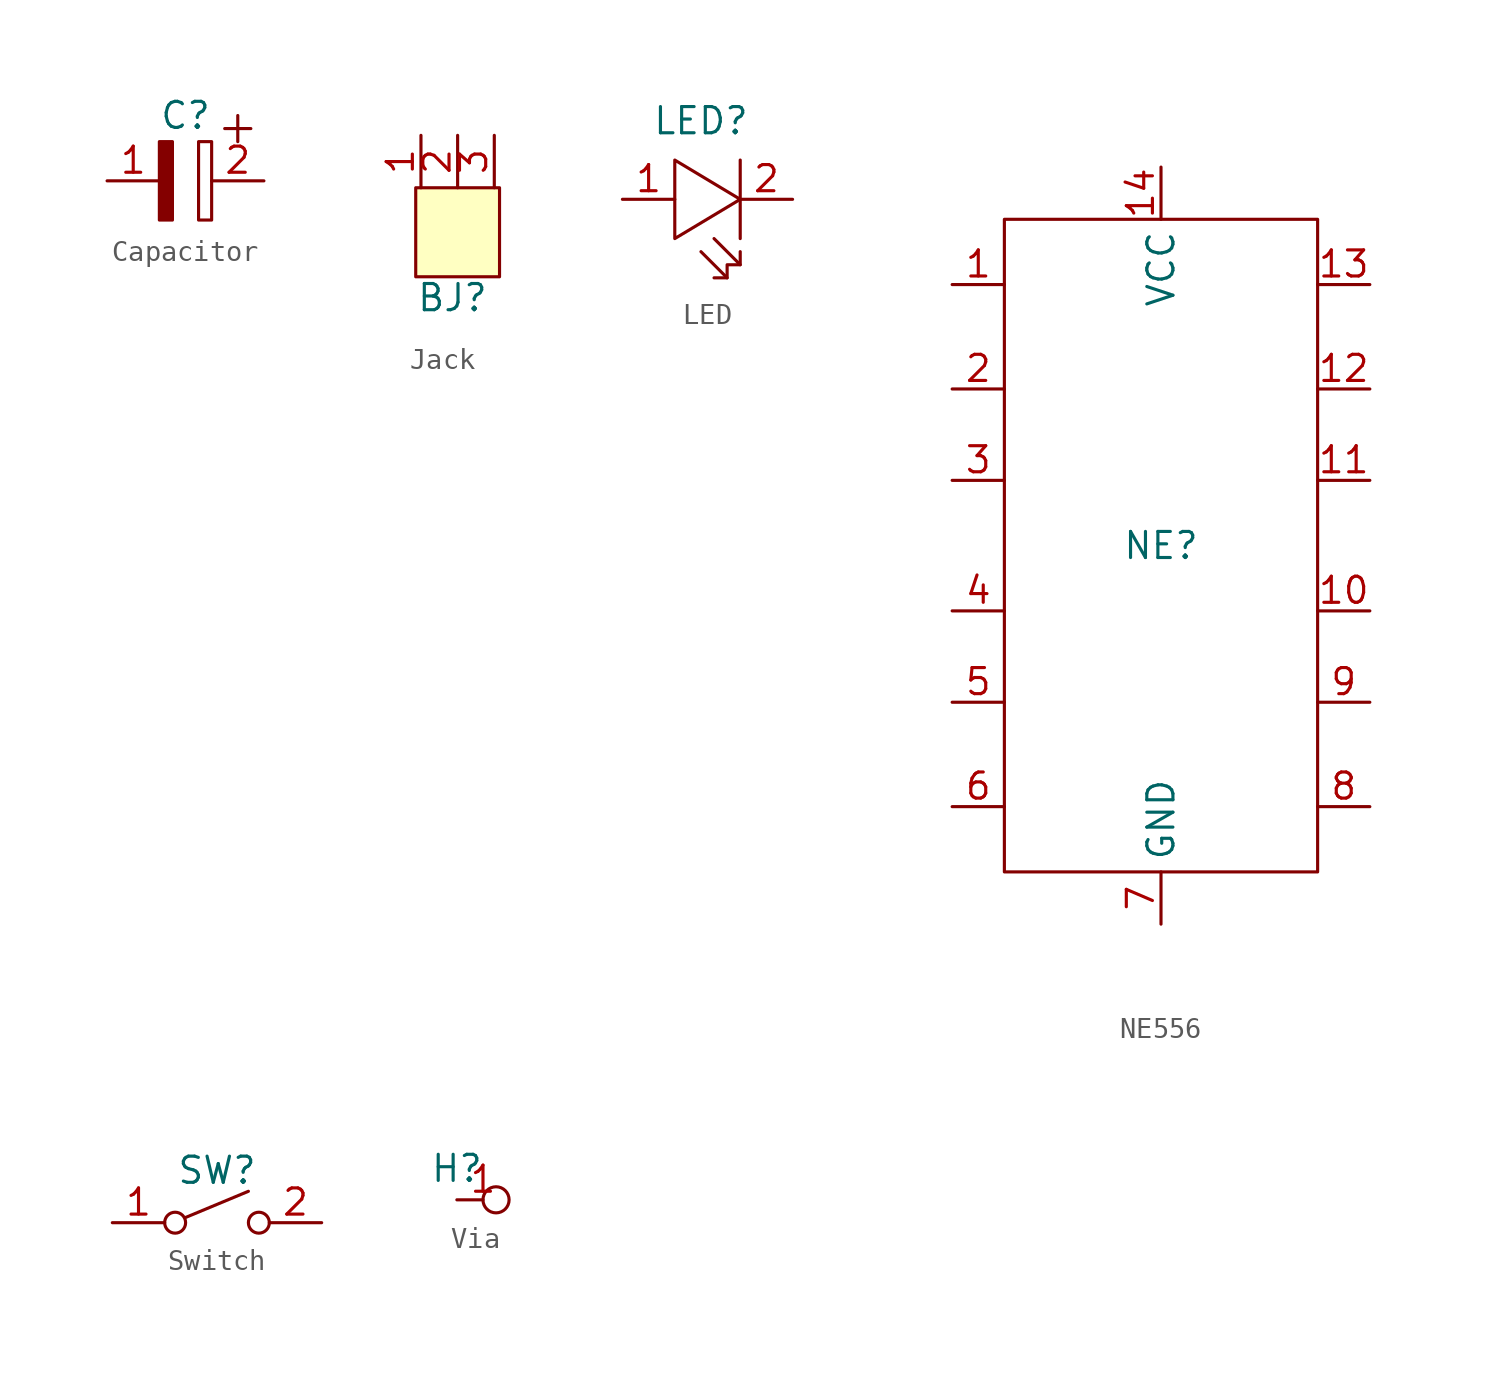
<source format=kicad_sym>
(kicad_symbol_lib
  (version 20220914)
  (generator kicad_symbol_editor)
  (symbol "Capacitor"
    (property "Reference" "C"
      (at 0 3.175 0)
      (effects (font (size 1.27 1.27))))
    (property "Value" ""
      (at 0 0 0)
      (effects (font (size 1.27 1.27))))
    (symbol "Capacitor_1_1"
      (rectangle (start -1.27 1.905) (end -0.635 -1.905) (stroke (width 0) (type default)) (fill (type outline)))
      (polyline (pts (xy 1.905 2.54) (xy 3.175 2.54)) (stroke (width 0) (type default)) (fill (type none)))
      (polyline (pts (xy 2.54 3.175) (xy 2.54 1.905)) (stroke (width 0) (type default)) (fill (type none)))
      (rectangle (start 0.635 1.905) (end 1.27 -1.905) (stroke (width 0) (type default)) (fill (type none)))
      (pin bidirectional line (at -3.81 0 0) (length 2.54) (name "" (effects (font (size 1.27 1.27)))) (number "1" (effects (font (size 1.27 1.27)))))
      (pin bidirectional line (at 3.81 0 180) (length 2.54) (name "" (effects (font (size 1.27 1.27)))) (number "2" (effects (font (size 1.27 1.27)))))))
  (symbol "Jack"
    (property "Reference" "BJ"
      (at -0.254 -9.144 0)
      (effects (font (size 1.27 1.27))))
    (property "Value" ""
      (at 0 0 0)
      (effects (font (size 1.27 1.27))))
    (symbol "Jack_1_1"
      (rectangle (start -2.032 -3.81) (end 2.032 -8.128) (stroke (width 0) (type default)) (fill (type background)))
      (pin input line (at -1.778 -1.27 270) (length 2.54) (name "" (effects (font (size 1.27 1.27)))) (number "1" (effects (font (size 1.27 1.27)))))
      (pin input line (at 0 -1.27 270) (length 2.54) (name "" (effects (font (size 1.27 1.27)))) (number "2" (effects (font (size 1.27 1.27)))))
      (pin output line (at 1.778 -1.27 270) (length 2.54) (name "" (effects (font (size 1.27 1.27)))) (number "3" (effects (font (size 1.27 1.27)))))))
  (symbol "LED"
    (property "Reference" "LED"
      (at 0 3.81 0)
      (effects (font (size 1.27 1.27))))
    (property "Value" ""
      (at 0 0 0)
      (effects (font (size 1.27 1.27))))
    (symbol "LED_0_1"
      (polyline (pts (xy 0 -2.54) (xy 1.27 -3.81)) (stroke (width 0) (type default)) (fill (type none)))
      (polyline (pts (xy 0.635 -1.905) (xy 1.905 -3.175)) (stroke (width 0) (type default)) (fill (type none)))
      (polyline (pts (xy 1.905 1.905) (xy 1.905 -1.905)) (stroke (width 0) (type default)) (fill (type none)))
      (polyline (pts (xy -1.27 1.905) (xy -1.27 -1.905) (xy 1.905 0) (xy -1.27 1.905)) (stroke (width 0) (type default)) (fill (type none)))
      (polyline (pts (xy 0.635 -3.81) (xy 1.27 -3.81) (xy 1.27 -3.175) (xy 1.905 -3.175) (xy 1.905 -2.54)) (stroke (width 0) (type default)) (fill (type none))))
    (symbol "LED_1_1"
      (pin input line (at -3.81 0 0) (length 2.54) (name "" (effects (font (size 1.27 1.27)))) (number "1" (effects (font (size 1.27 1.27)))))
      (pin output line (at 4.445 0 180) (length 2.54) (name "" (effects (font (size 1.27 1.27)))) (number "2" (effects (font (size 1.27 1.27)))))))
  (symbol "NE556"
    (property "Reference" "NE"
      (at 0 0 0)
      (effects (font (size 1.27 1.27))))
    (property "Value" ""
      (at 0 0 0)
      (effects (font (size 1.27 1.27))))
    (symbol "NE556_0_1"
      (rectangle (start -7.62 15.875) (end 7.62 -15.875) (stroke (width 0) (type default)) (fill (type none))))
    (symbol "NE556_1_1"
      (pin input line (at -10.16 12.7 0) (length 2.54) (name "" (effects (font (size 1.27 1.27)))) (number "1" (effects (font (size 1.27 1.27)))))
      (pin input line (at 10.16 -3.175 180) (length 2.54) (name "" (effects (font (size 1.27 1.27)))) (number "10" (effects (font (size 1.27 1.27)))))
      (pin input line (at 10.16 3.175 180) (length 2.54) (name "" (effects (font (size 1.27 1.27)))) (number "11" (effects (font (size 1.27 1.27)))))
      (pin input line (at 10.16 7.62 180) (length 2.54) (name "" (effects (font (size 1.27 1.27)))) (number "12" (effects (font (size 1.27 1.27)))))
      (pin input line (at 10.16 12.7 180) (length 2.54) (name "" (effects (font (size 1.27 1.27)))) (number "13" (effects (font (size 1.27 1.27)))))
      (pin input line (at 0 18.415 270) (length 2.54) (name "VCC" (effects (font (size 1.27 1.27)))) (number "14" (effects (font (size 1.27 1.27)))))
      (pin input line (at -10.16 7.62 0) (length 2.54) (name "" (effects (font (size 1.27 1.27)))) (number "2" (effects (font (size 1.27 1.27)))))
      (pin input line (at -10.16 3.175 0) (length 2.54) (name "" (effects (font (size 1.27 1.27)))) (number "3" (effects (font (size 1.27 1.27)))))
      (pin input line (at -10.16 -3.175 0) (length 2.54) (name "" (effects (font (size 1.27 1.27)))) (number "4" (effects (font (size 1.27 1.27)))))
      (pin input line (at -10.16 -7.62 0) (length 2.54) (name "" (effects (font (size 1.27 1.27)))) (number "5" (effects (font (size 1.27 1.27)))))
      (pin input line (at -10.16 -12.7 0) (length 2.54) (name "" (effects (font (size 1.27 1.27)))) (number "6" (effects (font (size 1.27 1.27)))))
      (pin input line (at 0 -18.415 90) (length 2.54) (name "GND" (effects (font (size 1.27 1.27)))) (number "7" (effects (font (size 1.27 1.27)))))
      (pin input line (at 10.16 -12.7 180) (length 2.54) (name "" (effects (font (size 1.27 1.27)))) (number "8" (effects (font (size 1.27 1.27)))))
      (pin input line (at 10.16 -7.62 180) (length 2.54) (name "" (effects (font (size 1.27 1.27)))) (number "9" (effects (font (size 1.27 1.27)))))))
  (symbol "Switch"
    (property "Reference" "SW"
      (at 0 2.54 0)
      (effects (font (size 1.27 1.27))))
    (property "Value" ""
      (at 0 2.54 0)
      (effects (font (size 1.27 1.27))))
    (symbol "Switch_0_1"
      (circle (center -2.032 0) (radius 0.508) (stroke (width 0) (type default)) (fill (type none)))
      (polyline (pts (xy -1.524 0.254) (xy 1.524 1.524)) (stroke (width 0) (type default)) (fill (type none)))
      (circle (center 2.032 0) (radius 0.508) (stroke (width 0) (type default)) (fill (type none))))
    (symbol "Switch_1_1"
      (pin passive line (at -5.08 0 0) (length 2.54) (name "" (effects (font (size 1.27 1.27)))) (number "1" (effects (font (size 1.27 1.27)))))
      (pin passive line (at 5.08 0 180) (length 2.54) (name "" (effects (font (size 1.27 1.27)))) (number "2" (effects (font (size 1.27 1.27)))))))
  (symbol "Via"
    (property "Reference" "H"
      (at 0 1.524 0)
      (effects (font (size 1.27 1.27))))
    (property "Value" ""
      (at 0 0 0)
      (effects (font (size 1.27 1.27))))
    (symbol "Via_1_1"
      (pin passive inverted (at 0 0 0) (length 2.54) (name "" (effects (font (size 1.27 1.27)))) (number "1" (effects (font (size 1.27 1.27))))))))
</source>
